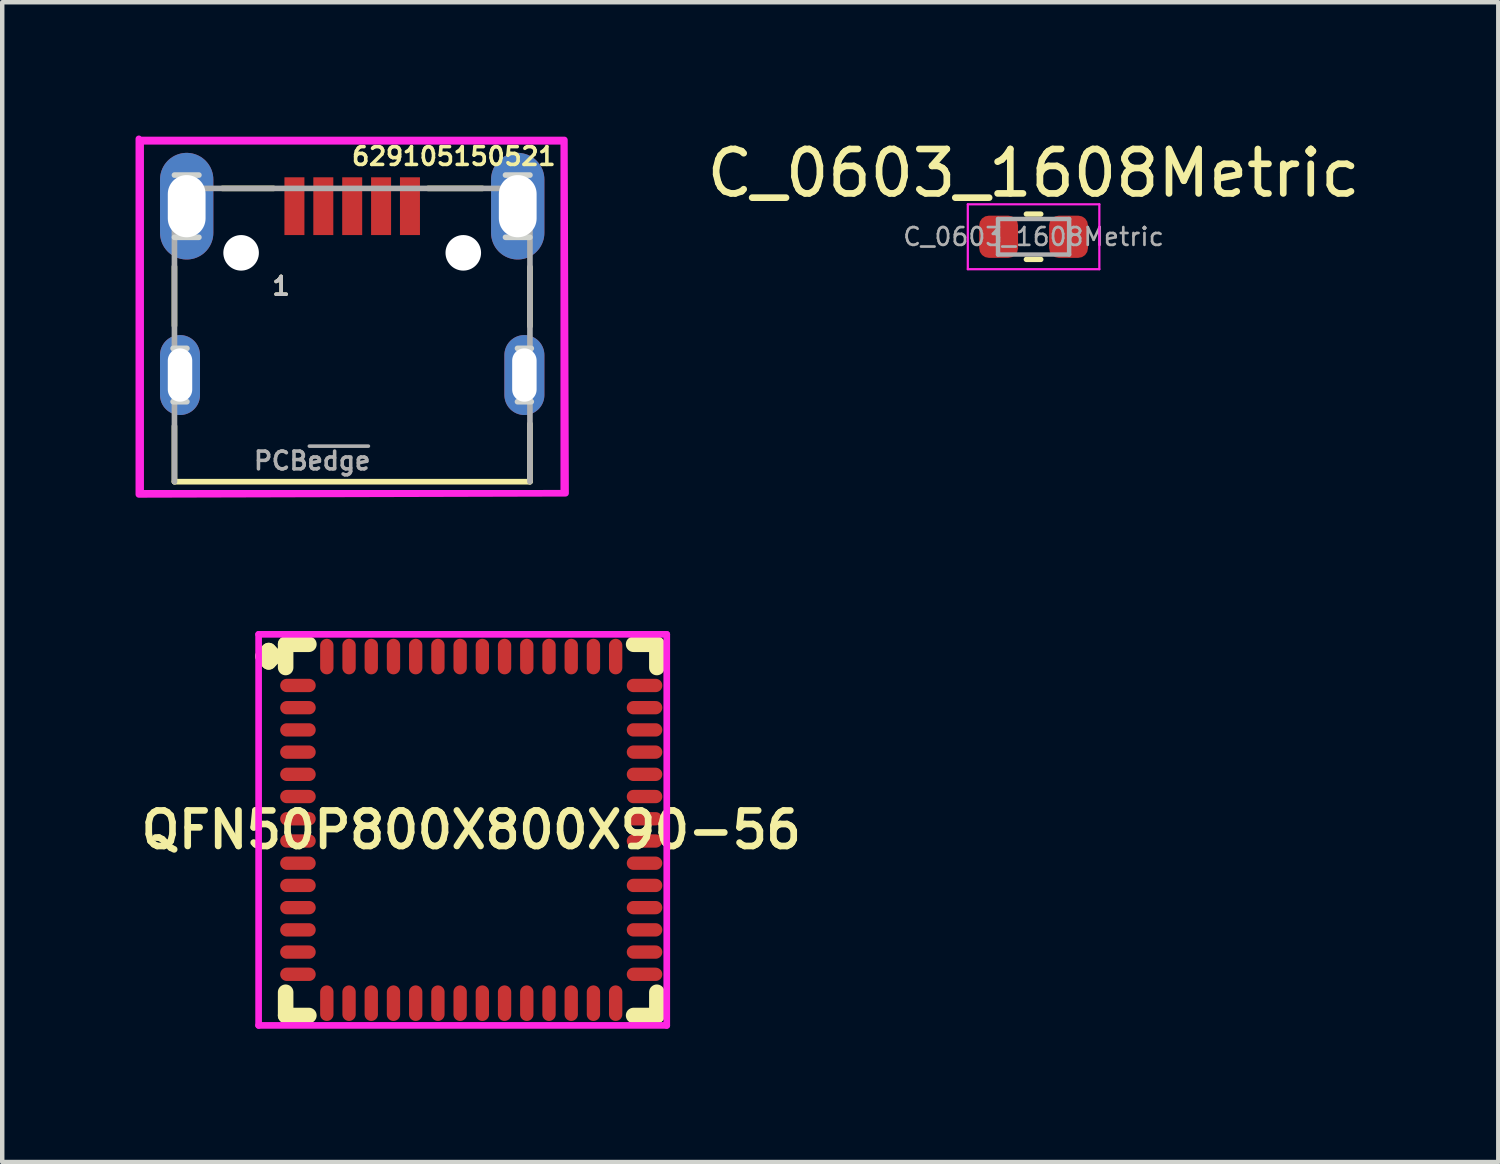
<source format=kicad_pcb>
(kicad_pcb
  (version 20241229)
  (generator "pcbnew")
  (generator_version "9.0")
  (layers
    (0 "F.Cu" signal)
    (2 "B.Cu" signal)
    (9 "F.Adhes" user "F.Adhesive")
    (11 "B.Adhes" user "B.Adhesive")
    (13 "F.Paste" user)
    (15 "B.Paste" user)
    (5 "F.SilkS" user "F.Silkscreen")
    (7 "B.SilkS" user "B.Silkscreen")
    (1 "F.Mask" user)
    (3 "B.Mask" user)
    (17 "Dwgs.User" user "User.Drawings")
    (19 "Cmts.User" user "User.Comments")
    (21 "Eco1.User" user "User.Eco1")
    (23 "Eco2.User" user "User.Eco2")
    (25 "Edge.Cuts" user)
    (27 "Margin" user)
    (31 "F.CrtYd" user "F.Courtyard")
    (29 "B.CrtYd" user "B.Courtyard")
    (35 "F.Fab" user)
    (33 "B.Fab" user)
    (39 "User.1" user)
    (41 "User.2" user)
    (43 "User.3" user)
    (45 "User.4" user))
  (footprint "629105150521"
    (layer "F.Cu")
    (at 4.876 2.64)
    (property "Reference" "629105150521" (at 2.286 -2.171 0) (layer "F.SilkS") (effects (font (size 0.4 0.4) (thickness 0.08))))
    (attr through_hole)
    (fp_line (start -4 0.31) (end -4 1.64) (stroke (width 0.127) (type solid)) (layer "F.SilkS"))
    (fp_line (start -4 3.9) (end -4 5.15) (stroke (width 0.127) (type solid)) (layer "F.SilkS"))
    (fp_line (start -4 5.15) (end 4 5.15) (stroke (width 0.127) (type solid)) (layer "F.SilkS"))
    (fp_line (start -2.92 -1.45) (end -1.77 -1.45) (stroke (width 0.127) (type solid)) (layer "F.SilkS"))
    (fp_line (start 1.71 -1.45) (end 2.93 -1.45) (stroke (width 0.127) (type solid)) (layer "F.SilkS"))
    (fp_line (start 4 0.32) (end 4 1.65) (stroke (width 0.127) (type solid)) (layer "F.SilkS"))
    (fp_line (start 4 3.85) (end 4 5.15) (stroke (width 0.127) (type solid)) (layer "F.SilkS"))
    (fp_line (start -4.03 2.15) (end -3.72 2.15) (stroke (width 0.127) (type solid)) (layer "Edge.Cuts"))
    (fp_line (start -4.03 3.35) (end -3.72 3.35) (stroke (width 0.127) (type solid)) (layer "Edge.Cuts"))
    (fp_line (start -4 -1.75) (end -3.45 -1.75) (stroke (width 0.127) (type solid)) (layer "Edge.Cuts"))
    (fp_line (start -4 -0.35) (end -3.45 -0.35) (stroke (width 0.127) (type solid)) (layer "Edge.Cuts"))
    (fp_line (start 3.45 -1.75) (end 4 -1.75) (stroke (width 0.127) (type solid)) (layer "Edge.Cuts"))
    (fp_line (start 3.45 -0.35) (end 4 -0.35) (stroke (width 0.127) (type solid)) (layer "Edge.Cuts"))
    (fp_line (start 3.72 2.15) (end 4.03 2.15) (stroke (width 0.127) (type solid)) (layer "Edge.Cuts"))
    (fp_line (start 3.72 3.35) (end 4.03 3.35) (stroke (width 0.127) (type solid)) (layer "Edge.Cuts"))
    (fp_poly (pts (xy -4.75 -2.5) (xy 4.75 -2.5) (xy 4.75 5.4) (xy -4.75 5.4)) (stroke (width 0.127) (type solid)) (fill no) (layer "F.CrtYd"))
    (fp_poly (pts (xy -4.801 -2.565) (xy -4.801 5.436) (xy 4.801 5.41) (xy 4.775 -2.54) (xy -4.775 -2.54)) (stroke (width 0.15) (type solid)) (fill no) (layer "F.CrtYd"))
    (fp_line (start -4 -1.45) (end 4 -1.45) (stroke (width 0.127) (type solid)) (layer "F.Fab"))
    (fp_line (start -4 5.15) (end -4 -1.45) (stroke (width 0.127) (type solid)) (layer "F.Fab"))
    (fp_line (start 4 5.15) (end 4 -1.45) (stroke (width 0.127) (type solid)) (layer "F.Fab"))
    (fp_text user "1" (at -1.6 0.75 0) (layer "F.SilkS") (effects (font (size 0.4 0.4) (thickness 0.08))))
    (fp_text user "1" (at -1.6 0.75 0) (layer "Dwgs.User") (effects (font (size 0.4 0.4) (thickness 0.08))))
    (fp_text user "PCB~{edge}" (at -0.9 4.68 0) (layer "F.Fab") (effects (font (size 0.4 0.4) (thickness 0.08))))
    (pad "" np_thru_hole circle (at -2.5 0) (size 0.8 0.8) (drill 0.8) (layers "*.Cu" "*.Mask"))
    (pad "" np_thru_hole circle (at 2.5 0) (size 0.8 0.8) (drill 0.8) (layers "*.Cu" "*.Mask"))
    (pad "1" smd rect (at -1.3 -1.05) (size 0.45 1.3) (layers "F.Cu" "F.Mask" "F.Paste"))
    (pad "2" smd rect (at -0.65 -1.05) (size 0.45 1.3) (layers "F.Cu" "F.Mask" "F.Paste"))
    (pad "3" smd rect (at 0 -1.05) (size 0.45 1.3) (layers "F.Cu" "F.Mask" "F.Paste"))
    (pad "4" smd rect (at 0.65 -1.05) (size 0.45 1.3) (layers "F.Cu" "F.Mask" "F.Paste"))
    (pad "5" smd rect (at 1.3 -1.05) (size 0.45 1.3) (layers "F.Cu" "F.Mask" "F.Paste"))
    (pad "SHELL" thru_hole oval (at -3.725 -1.05) (size 1.2 2.4) (drill oval 0.85 1.4) (layers "*.Cu" "*.Mask"))
    (pad "SHELL1" thru_hole oval (at 3.725 -1.05) (size 1.2 2.4) (drill oval 0.85 1.4) (layers "*.Cu" "*.Mask"))
    (pad "SHELL2" thru_hole oval (at -3.875 2.75) (size 0.9 1.8) (drill oval 0.55 1.2) (layers "*.Cu" "*.Mask"))
    (pad "SHELL3" thru_hole oval (at 3.875 2.75) (size 0.9 1.8) (drill oval 0.55 1.2) (layers "*.Cu" "*.Mask")))
  (footprint "C_0603_1608Metric"
    (layer "F.Cu")
    (at 20.21 2.278)
    (property "Reference" "C_0603_1608Metric" (at 0 -1.43 0) (layer "F.SilkS") (effects (font (size 1 1) (thickness 0.15))))
    (attr smd)
    (fp_line (start -0.163 -0.51) (end 0.163 -0.51) (stroke (width 0.12) (type solid)) (layer "F.SilkS"))
    (fp_line (start -0.163 0.51) (end 0.163 0.51) (stroke (width 0.12) (type solid)) (layer "F.SilkS"))
    (fp_line (start -1.48 -0.73) (end 1.48 -0.73) (stroke (width 0.05) (type solid)) (layer "F.CrtYd"))
    (fp_line (start -1.48 0.73) (end -1.48 -0.73) (stroke (width 0.05) (type solid)) (layer "F.CrtYd"))
    (fp_line (start 1.48 -0.73) (end 1.48 0.73) (stroke (width 0.05) (type solid)) (layer "F.CrtYd"))
    (fp_line (start 1.48 0.73) (end -1.48 0.73) (stroke (width 0.05) (type solid)) (layer "F.CrtYd"))
    (fp_line (start -0.8 -0.4) (end 0.8 -0.4) (stroke (width 0.1) (type solid)) (layer "F.Fab"))
    (fp_line (start -0.8 0.4) (end -0.8 -0.4) (stroke (width 0.1) (type solid)) (layer "F.Fab"))
    (fp_line (start 0.8 -0.4) (end 0.8 0.4) (stroke (width 0.1) (type solid)) (layer "F.Fab"))
    (fp_line (start 0.8 0.4) (end -0.8 0.4) (stroke (width 0.1) (type solid)) (layer "F.Fab"))
    (fp_text user "${REFERENCE}" (at 0 0 0) (layer "F.Fab") (effects (font (size 0.4 0.4) (thickness 0.06))))
    (pad "1" smd roundrect (at -0.787 0) (size 0.875 0.95) (layers "F.Cu" "F.Mask" "F.Paste") (roundrect_rratio 0.25))
    (pad "2" smd roundrect (at 0.787 0) (size 0.875 0.95) (layers "F.Cu" "F.Mask" "F.Paste") (roundrect_rratio 0.25)))
  (footprint "QFN50P800X800X90-56"
    (layer "F.Cu")
    (at 7.555 15.626)
    (property "Reference" "QFN50P800X800X90-56" (at 0 0 0) (layer "F.SilkS") (effects (font (size 0.8 0.8) (thickness 0.15))))
    (attr smd)
    (fp_line (start -4.685 -3.908) (end -4.558 -4.035) (stroke (width 0.35) (type solid)) (layer "F.SilkS"))
    (fp_line (start -4.558 -4.035) (end -4.431 -3.908) (stroke (width 0.35) (type solid)) (layer "F.SilkS"))
    (fp_line (start -4.558 -3.781) (end -4.685 -3.908) (stroke (width 0.35) (type solid)) (layer "F.SilkS"))
    (fp_line (start -4.431 -3.908) (end -4.558 -3.781) (stroke (width 0.35) (type solid)) (layer "F.SilkS"))
    (fp_line (start -4.177 -4.177) (end -3.654 -4.177) (stroke (width 0.35) (type solid)) (layer "F.SilkS"))
    (fp_line (start -4.177 -3.654) (end -4.177 -4.177) (stroke (width 0.35) (type solid)) (layer "F.SilkS"))
    (fp_line (start -4.177 3.654) (end -4.177 4.177) (stroke (width 0.35) (type solid)) (layer "F.SilkS"))
    (fp_line (start -4.177 4.177) (end -3.654 4.177) (stroke (width 0.35) (type solid)) (layer "F.SilkS"))
    (fp_line (start 3.654 -4.177) (end 4.177 -4.177) (stroke (width 0.35) (type solid)) (layer "F.SilkS"))
    (fp_line (start 3.654 4.177) (end 4.177 4.177) (stroke (width 0.35) (type solid)) (layer "F.SilkS"))
    (fp_line (start 4.177 -4.177) (end 4.177 -3.654) (stroke (width 0.35) (type solid)) (layer "F.SilkS"))
    (fp_line (start 4.177 4.177) (end 4.177 3.654) (stroke (width 0.35) (type solid)) (layer "F.SilkS"))
    (fp_line (start -4.785 -4.4) (end 4.4 -4.4) (stroke (width 0.15) (type solid)) (layer "F.CrtYd"))
    (fp_line (start -4.785 4.4) (end -4.785 -4.4) (stroke (width 0.15) (type solid)) (layer "F.CrtYd"))
    (fp_line (start 4.4 -4.4) (end 4.4 4.4) (stroke (width 0.15) (type solid)) (layer "F.CrtYd"))
    (fp_line (start 4.4 4.4) (end -4.785 4.4) (stroke (width 0.15) (type solid)) (layer "F.CrtYd"))
    (pad "1" smd oval (at -3.9 -3.25) (size 0.8 0.3) (layers "F.Cu" "F.Mask" "F.Paste"))
    (pad "2" smd oval (at -3.9 -2.75) (size 0.8 0.3) (layers "F.Cu" "F.Mask" "F.Paste"))
    (pad "3" smd oval (at -3.9 -2.25) (size 0.8 0.3) (layers "F.Cu" "F.Mask" "F.Paste"))
    (pad "4" smd oval (at -3.9 -1.75) (size 0.8 0.3) (layers "F.Cu" "F.Mask" "F.Paste"))
    (pad "5" smd oval (at -3.9 -1.25) (size 0.8 0.3) (layers "F.Cu" "F.Mask" "F.Paste"))
    (pad "6" smd oval (at -3.9 -0.75) (size 0.8 0.3) (layers "F.Cu" "F.Mask" "F.Paste"))
    (pad "7" smd oval (at -3.9 -0.25) (size 0.8 0.3) (layers "F.Cu" "F.Mask" "F.Paste"))
    (pad "8" smd oval (at -3.9 0.25) (size 0.8 0.3) (layers "F.Cu" "F.Mask" "F.Paste"))
    (pad "9" smd oval (at -3.9 0.75) (size 0.8 0.3) (layers "F.Cu" "F.Mask" "F.Paste"))
    (pad "10" smd oval (at -3.9 1.25) (size 0.8 0.3) (layers "F.Cu" "F.Mask" "F.Paste"))
    (pad "11" smd oval (at -3.9 1.75) (size 0.8 0.3) (layers "F.Cu" "F.Mask" "F.Paste"))
    (pad "12" smd oval (at -3.9 2.25) (size 0.8 0.3) (layers "F.Cu" "F.Mask" "F.Paste"))
    (pad "13" smd oval (at -3.9 2.75) (size 0.8 0.3) (layers "F.Cu" "F.Mask" "F.Paste"))
    (pad "14" smd oval (at -3.9 3.25) (size 0.8 0.3) (layers "F.Cu" "F.Mask" "F.Paste"))
    (pad "15" smd oval (at -3.25 3.9) (size 0.3 0.8) (layers "F.Cu" "F.Mask" "F.Paste"))
    (pad "16" smd oval (at -2.75 3.9) (size 0.3 0.8) (layers "F.Cu" "F.Mask" "F.Paste"))
    (pad "17" smd oval (at -2.25 3.9) (size 0.3 0.8) (layers "F.Cu" "F.Mask" "F.Paste"))
    (pad "18" smd oval (at -1.75 3.9) (size 0.3 0.8) (layers "F.Cu" "F.Mask" "F.Paste"))
    (pad "19" smd oval (at -1.25 3.9) (size 0.3 0.8) (layers "F.Cu" "F.Mask" "F.Paste"))
    (pad "20" smd oval (at -0.75 3.9) (size 0.3 0.8) (layers "F.Cu" "F.Mask" "F.Paste"))
    (pad "21" smd oval (at -0.25 3.9) (size 0.3 0.8) (layers "F.Cu" "F.Mask" "F.Paste"))
    (pad "22" smd oval (at 0.25 3.9) (size 0.3 0.8) (layers "F.Cu" "F.Mask" "F.Paste"))
    (pad "23" smd oval (at 0.75 3.9) (size 0.3 0.8) (layers "F.Cu" "F.Mask" "F.Paste"))
    (pad "24" smd oval (at 1.25 3.9) (size 0.3 0.8) (layers "F.Cu" "F.Mask" "F.Paste"))
    (pad "25" smd oval (at 1.75 3.9) (size 0.3 0.8) (layers "F.Cu" "F.Mask" "F.Paste"))
    (pad "26" smd oval (at 2.25 3.9) (size 0.3 0.8) (layers "F.Cu" "F.Mask" "F.Paste"))
    (pad "27" smd oval (at 2.75 3.9) (size 0.3 0.8) (layers "F.Cu" "F.Mask" "F.Paste"))
    (pad "28" smd oval (at 3.25 3.9) (size 0.3 0.8) (layers "F.Cu" "F.Mask" "F.Paste"))
    (pad "29" smd oval (at 3.9 3.25) (size 0.8 0.3) (layers "F.Cu" "F.Mask" "F.Paste"))
    (pad "30" smd oval (at 3.9 2.75) (size 0.8 0.3) (layers "F.Cu" "F.Mask" "F.Paste"))
    (pad "31" smd oval (at 3.9 2.25) (size 0.8 0.3) (layers "F.Cu" "F.Mask" "F.Paste"))
    (pad "32" smd oval (at 3.9 1.75) (size 0.8 0.3) (layers "F.Cu" "F.Mask" "F.Paste"))
    (pad "33" smd oval (at 3.9 1.25) (size 0.8 0.3) (layers "F.Cu" "F.Mask" "F.Paste"))
    (pad "34" smd oval (at 3.9 0.75) (size 0.8 0.3) (layers "F.Cu" "F.Mask" "F.Paste"))
    (pad "35" smd oval (at 3.9 0.25) (size 0.8 0.3) (layers "F.Cu" "F.Mask" "F.Paste"))
    (pad "36" smd oval (at 3.9 -0.25) (size 0.8 0.3) (layers "F.Cu" "F.Mask" "F.Paste"))
    (pad "37" smd oval (at 3.9 -0.75) (size 0.8 0.3) (layers "F.Cu" "F.Mask" "F.Paste"))
    (pad "38" smd oval (at 3.9 -1.25) (size 0.8 0.3) (layers "F.Cu" "F.Mask" "F.Paste"))
    (pad "39" smd oval (at 3.9 -1.75) (size 0.8 0.3) (layers "F.Cu" "F.Mask" "F.Paste"))
    (pad "40" smd oval (at 3.9 -2.25) (size 0.8 0.3) (layers "F.Cu" "F.Mask" "F.Paste"))
    (pad "41" smd oval (at 3.9 -2.75) (size 0.8 0.3) (layers "F.Cu" "F.Mask" "F.Paste"))
    (pad "42" smd oval (at 3.9 -3.25) (size 0.8 0.3) (layers "F.Cu" "F.Mask" "F.Paste"))
    (pad "43" smd oval (at 3.25 -3.9) (size 0.3 0.8) (layers "F.Cu" "F.Mask" "F.Paste"))
    (pad "44" smd oval (at 2.75 -3.9) (size 0.3 0.8) (layers "F.Cu" "F.Mask" "F.Paste"))
    (pad "45" smd oval (at 2.25 -3.9) (size 0.3 0.8) (layers "F.Cu" "F.Mask" "F.Paste"))
    (pad "46" smd oval (at 1.75 -3.9) (size 0.3 0.8) (layers "F.Cu" "F.Mask" "F.Paste"))
    (pad "47" smd oval (at 1.25 -3.9) (size 0.3 0.8) (layers "F.Cu" "F.Mask" "F.Paste"))
    (pad "48" smd oval (at 0.75 -3.9) (size 0.3 0.8) (layers "F.Cu" "F.Mask" "F.Paste"))
    (pad "49" smd oval (at 0.25 -3.9) (size 0.3 0.8) (layers "F.Cu" "F.Mask" "F.Paste"))
    (pad "50" smd oval (at -0.25 -3.9) (size 0.3 0.8) (layers "F.Cu" "F.Mask" "F.Paste"))
    (pad "51" smd oval (at -0.75 -3.9) (size 0.3 0.8) (layers "F.Cu" "F.Mask" "F.Paste"))
    (pad "52" smd oval (at -1.25 -3.9) (size 0.3 0.8) (layers "F.Cu" "F.Mask" "F.Paste"))
    (pad "53" smd oval (at -1.75 -3.9) (size 0.3 0.8) (layers "F.Cu" "F.Mask" "F.Paste"))
    (pad "54" smd oval (at -2.25 -3.9) (size 0.3 0.8) (layers "F.Cu" "F.Mask" "F.Paste"))
    (pad "55" smd oval (at -2.75 -3.9) (size 0.3 0.8) (layers "F.Cu" "F.Mask" "F.Paste"))
    (pad "56" smd oval (at -3.25 -3.9) (size 0.3 0.8) (layers "F.Cu" "F.Mask" "F.Paste")))
  (gr_rect
    (start -3 -3)
    (end 30.668 23.101)
    (stroke (width 0.1) (type default))
    (fill no)
    (layer "Edge.Cuts")))
</source>
